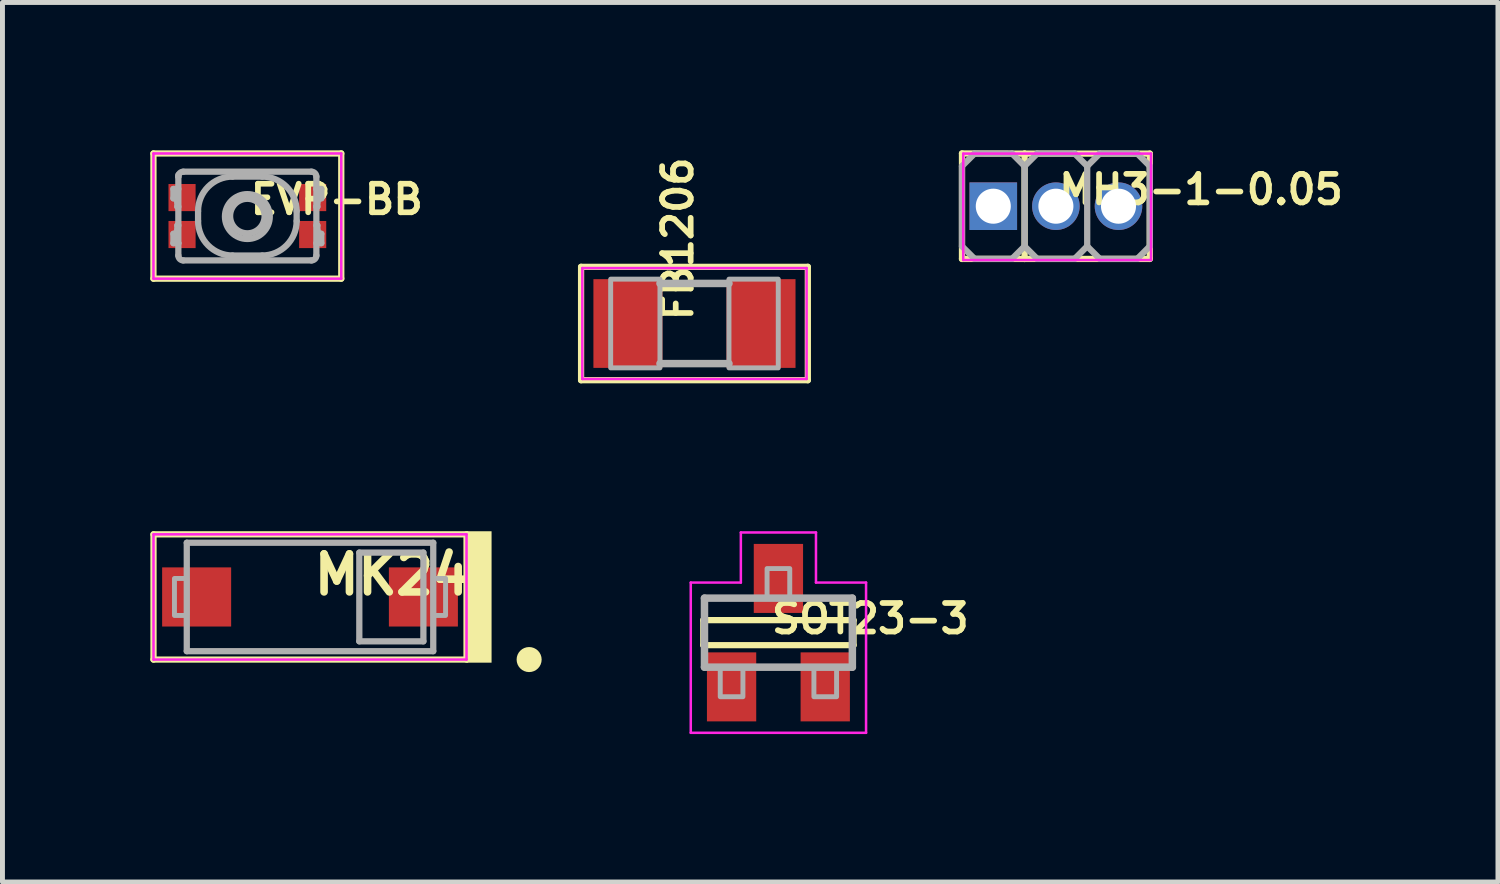
<source format=kicad_pcb>
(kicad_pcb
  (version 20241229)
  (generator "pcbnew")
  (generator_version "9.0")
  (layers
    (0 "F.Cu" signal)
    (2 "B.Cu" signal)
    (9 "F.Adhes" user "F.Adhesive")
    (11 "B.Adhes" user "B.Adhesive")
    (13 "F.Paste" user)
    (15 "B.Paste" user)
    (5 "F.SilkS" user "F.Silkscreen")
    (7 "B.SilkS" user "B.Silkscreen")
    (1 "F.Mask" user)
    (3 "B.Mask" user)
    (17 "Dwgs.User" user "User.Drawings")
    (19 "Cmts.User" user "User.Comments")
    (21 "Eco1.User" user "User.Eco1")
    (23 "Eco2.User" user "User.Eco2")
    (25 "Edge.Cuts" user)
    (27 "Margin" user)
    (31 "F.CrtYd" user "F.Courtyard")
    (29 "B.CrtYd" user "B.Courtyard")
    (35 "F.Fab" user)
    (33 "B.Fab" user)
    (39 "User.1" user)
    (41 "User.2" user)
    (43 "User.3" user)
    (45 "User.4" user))
  (footprint "FB1206"
    (layer "F.Cu")
    (at 11.038 3.513)
    (property "Reference" "FB1206" (at 0 0 270) (layer "F.SilkS") (effects (font (size 0.579 0.579) (thickness 0.116)) (justify left bottom)))
    (attr through_hole)
    (fp_line (start -2.3 -1.15) (end -2.3 1.15) (stroke (width 0.127) (type solid)) (layer "F.SilkS"))
    (fp_line (start -2.3 1.15) (end 2.3 1.15) (stroke (width 0.127) (type solid)) (layer "F.SilkS"))
    (fp_line (start 2.3 -1.15) (end -2.3 -1.15) (stroke (width 0.127) (type solid)) (layer "F.SilkS"))
    (fp_line (start 2.3 1.15) (end 2.3 -1.15) (stroke (width 0.127) (type solid)) (layer "F.SilkS"))
    (fp_line (start -2.275 -1.125) (end -2.275 1.125) (stroke (width 0.051) (type solid)) (layer "F.CrtYd"))
    (fp_line (start -2.275 1.125) (end 2.275 1.125) (stroke (width 0.051) (type solid)) (layer "F.CrtYd"))
    (fp_line (start 2.275 -1.125) (end -2.275 -1.125) (stroke (width 0.051) (type solid)) (layer "F.CrtYd"))
    (fp_line (start 2.275 1.125) (end 2.275 -1.125) (stroke (width 0.051) (type solid)) (layer "F.CrtYd"))
    (fp_line (start 0.7 -0.813) (end -0.7 -0.813) (stroke (width 0.152) (type solid)) (layer "F.Fab"))
    (fp_line (start 0.7 0.813) (end -0.7 0.813) (stroke (width 0.152) (type solid)) (layer "F.Fab"))
    (fp_poly (pts (xy -1.7 0.9) (xy -0.7 0.9) (xy -0.7 -0.9) (xy -1.7 -0.9)) (stroke (width 0.1) (type solid)) (fill no) (layer "F.Fab"))
    (fp_poly (pts (xy 0.7 0.9) (xy 1.7 0.9) (xy 1.7 -0.9) (xy 0.7 -0.9)) (stroke (width 0.1) (type solid)) (fill no) (layer "F.Fab"))
    (pad "1" smd rect (at -1.35 0) (size 1.4 1.8) (layers "F.Cu" "F.Mask" "F.Paste"))
    (pad "2" smd rect (at 1.35 0) (size 1.4 1.8) (layers "F.Cu" "F.Mask" "F.Paste")))
  (footprint "MK24"
    (layer "F.Cu")
    (at 3.239 9.06)
    (property "Reference" "MK24" (at 0 0 0) (layer "F.SilkS") (effects (font (size 0.772 0.772) (thickness 0.154)) (justify left bottom)))
    (attr through_hole)
    (fp_line (start -3.175 -1.27) (end 3.175 -1.27) (stroke (width 0.127) (type solid)) (layer "F.SilkS"))
    (fp_line (start -3.175 1.27) (end -3.175 -1.27) (stroke (width 0.127) (type solid)) (layer "F.SilkS"))
    (fp_line (start 3.175 -1.27) (end 3.175 1.27) (stroke (width 0.127) (type solid)) (layer "F.SilkS"))
    (fp_line (start 3.175 1.27) (end -3.175 1.27) (stroke (width 0.127) (type solid)) (layer "F.SilkS"))
    (fp_circle (center 4.445 1.27) (end 4.572 1.27) (stroke (width 0.254) (type solid)) (fill no) (layer "F.SilkS"))
    (fp_poly (pts (xy 3.175 1.333) (xy 3.683 1.333) (xy 3.683 -1.333) (xy 3.175 -1.333)) (stroke (width 0) (type solid)) (fill yes) (layer "F.SilkS"))
    (fp_line (start -3.175 -1.27) (end 3.175 -1.27) (stroke (width 0.051) (type solid)) (layer "F.CrtYd"))
    (fp_line (start -3.175 1.27) (end -3.175 -1.27) (stroke (width 0.051) (type solid)) (layer "F.CrtYd"))
    (fp_line (start 3.175 -1.27) (end 3.175 1.27) (stroke (width 0.051) (type solid)) (layer "F.CrtYd"))
    (fp_line (start 3.175 1.27) (end -3.175 1.27) (stroke (width 0.051) (type solid)) (layer "F.CrtYd"))
    (fp_line (start -2.5 -1.1) (end 2.5 -1.1) (stroke (width 0.127) (type solid)) (layer "F.Fab"))
    (fp_line (start -2.5 1.1) (end -2.5 -1.1) (stroke (width 0.127) (type solid)) (layer "F.Fab"))
    (fp_line (start 1 -0.9) (end 1 0.9) (stroke (width 0.127) (type solid)) (layer "F.Fab"))
    (fp_line (start 1 0.9) (end 2.3 0.9) (stroke (width 0.127) (type solid)) (layer "F.Fab"))
    (fp_line (start 2.3 -0.9) (end 1 -0.9) (stroke (width 0.127) (type solid)) (layer "F.Fab"))
    (fp_line (start 2.3 0.9) (end 2.3 -0.9) (stroke (width 0.127) (type solid)) (layer "F.Fab"))
    (fp_line (start 2.5 -1.1) (end 2.5 1.1) (stroke (width 0.127) (type solid)) (layer "F.Fab"))
    (fp_line (start 2.5 1.1) (end -2.5 1.1) (stroke (width 0.127) (type solid)) (layer "F.Fab"))
    (fp_poly (pts (xy -2.75 0.375) (xy -2.5 0.375) (xy -2.5 -0.375) (xy -2.75 -0.375)) (stroke (width 0.1) (type solid)) (fill no) (layer "F.Fab"))
    (fp_poly (pts (xy 2.5 0.375) (xy 2.75 0.375) (xy 2.75 -0.375) (xy 2.5 -0.375)) (stroke (width 0.1) (type solid)) (fill no) (layer "F.Fab"))
    (pad "1" smd rect (at -2.3 0 90) (size 1.2 1.4) (layers "F.Cu" "F.Mask" "F.Paste"))
    (pad "2" smd rect (at 2.3 0 90) (size 1.2 1.4) (layers "F.Cu" "F.Mask" "F.Paste")))
  (footprint "SOT23-3"
    (layer "F.Cu")
    (at 12.741 9.784)
    (property "Reference" "SOT23-3" (at -0.198 0.054 180) (layer "F.SilkS") (effects (font (size 0.579 0.579) (thickness 0.116)) (justify left bottom)))
    (attr through_hole)
    (fp_line (start -1.524 -0.254) (end 1.524 -0.254) (stroke (width 0.127) (type solid)) (layer "F.SilkS"))
    (fp_line (start -1.524 0.254) (end -1.524 -0.254) (stroke (width 0.127) (type solid)) (layer "F.SilkS"))
    (fp_line (start 1.524 -0.254) (end 1.524 0.254) (stroke (width 0.127) (type solid)) (layer "F.SilkS"))
    (fp_line (start 1.524 0.254) (end -1.524 0.254) (stroke (width 0.127) (type solid)) (layer "F.SilkS"))
    (fp_line (start -1.778 -1.016) (end -0.762 -1.016) (stroke (width 0.051) (type solid)) (layer "F.CrtYd"))
    (fp_line (start -1.778 2.032) (end -1.778 -1.016) (stroke (width 0.051) (type solid)) (layer "F.CrtYd"))
    (fp_line (start -0.762 -2.032) (end 0.762 -2.032) (stroke (width 0.051) (type solid)) (layer "F.CrtYd"))
    (fp_line (start -0.762 -1.016) (end -0.762 -2.032) (stroke (width 0.051) (type solid)) (layer "F.CrtYd"))
    (fp_line (start 0.762 -2.032) (end 0.762 -1.016) (stroke (width 0.051) (type solid)) (layer "F.CrtYd"))
    (fp_line (start 0.762 -1.016) (end 1.778 -1.016) (stroke (width 0.051) (type solid)) (layer "F.CrtYd"))
    (fp_line (start 1.778 -1.016) (end 1.778 2.032) (stroke (width 0.051) (type solid)) (layer "F.CrtYd"))
    (fp_line (start 1.778 2.032) (end -1.778 2.032) (stroke (width 0.051) (type solid)) (layer "F.CrtYd"))
    (fp_line (start -1.5 -0.7) (end 1.5 -0.7) (stroke (width 0.152) (type solid)) (layer "F.Fab"))
    (fp_line (start -1.5 0.7) (end -1.5 -0.7) (stroke (width 0.152) (type solid)) (layer "F.Fab"))
    (fp_line (start 1.5 -0.7) (end 1.5 0.7) (stroke (width 0.152) (type solid)) (layer "F.Fab"))
    (fp_line (start 1.5 0.7) (end -1.5 0.7) (stroke (width 0.152) (type solid)) (layer "F.Fab"))
    (fp_poly (pts (xy -1.18 1.3) (xy -0.72 1.3) (xy -0.72 0.7) (xy -1.18 0.7)) (stroke (width 0.1) (type solid)) (fill no) (layer "F.Fab"))
    (fp_poly (pts (xy -0.23 -0.7) (xy 0.23 -0.7) (xy 0.23 -1.3) (xy -0.23 -1.3)) (stroke (width 0.1) (type solid)) (fill no) (layer "F.Fab"))
    (fp_poly (pts (xy 0.72 1.3) (xy 1.18 1.3) (xy 1.18 0.7) (xy 0.72 0.7)) (stroke (width 0.1) (type solid)) (fill no) (layer "F.Fab"))
    (pad "1" smd rect (at -0.95 1.1) (size 1 1.4) (layers "F.Cu" "F.Mask" "F.Paste"))
    (pad "2" smd rect (at 0.95 1.1) (size 1 1.4) (layers "F.Cu" "F.Mask" "F.Paste"))
    (pad "3" smd rect (at 0 -1.1) (size 1 1.4) (layers "F.Cu" "F.Mask" "F.Paste")))
  (footprint "MH3-1-0.05"
    (layer "F.Cu")
    (at 18.37 1.133)
    (property "Reference" "MH3-1-0.05" (at 0 0 0) (layer "F.SilkS") (effects (font (size 0.579 0.579) (thickness 0.116)) (justify left bottom)))
    (attr through_hole)
    (fp_line (start -1.905 -1.07) (end -0.635 -1.067) (stroke (width 0.127) (type solid)) (layer "F.SilkS"))
    (fp_line (start -1.905 1.07) (end -1.905 -1.07) (stroke (width 0.127) (type solid)) (layer "F.SilkS"))
    (fp_line (start -0.635 -1.067) (end -0.635 1.07) (stroke (width 0.127) (type solid)) (layer "F.SilkS"))
    (fp_line (start -0.635 -1.067) (end 1.905 -1.067) (stroke (width 0.127) (type solid)) (layer "F.SilkS"))
    (fp_line (start -0.635 1.07) (end -1.905 1.07) (stroke (width 0.127) (type solid)) (layer "F.SilkS"))
    (fp_line (start 1.905 -1.067) (end 1.905 1.07) (stroke (width 0.127) (type solid)) (layer "F.SilkS"))
    (fp_line (start 1.905 1.07) (end -0.635 1.07) (stroke (width 0.127) (type solid)) (layer "F.SilkS"))
    (fp_line (start -1.88 -1.067) (end 1.93 -1.067) (stroke (width 0.051) (type solid)) (layer "F.CrtYd"))
    (fp_line (start -1.88 1.092) (end -1.88 -1.067) (stroke (width 0.051) (type solid)) (layer "F.CrtYd"))
    (fp_line (start 1.93 -1.067) (end 1.93 1.092) (stroke (width 0.051) (type solid)) (layer "F.CrtYd"))
    (fp_line (start 1.93 1.092) (end -1.88 1.092) (stroke (width 0.051) (type solid)) (layer "F.CrtYd"))
    (fp_line (start -1.905 -0.813) (end -1.905 0.813) (stroke (width 0.127) (type solid)) (layer "F.Fab"))
    (fp_line (start -1.905 0.813) (end -1.651 1.067) (stroke (width 0.127) (type solid)) (layer "F.Fab"))
    (fp_line (start -1.651 -1.067) (end -1.905 -0.813) (stroke (width 0.127) (type solid)) (layer "F.Fab"))
    (fp_line (start -1.651 -1.067) (end -0.889 -1.067) (stroke (width 0.127) (type solid)) (layer "F.Fab"))
    (fp_line (start -0.889 -1.067) (end -0.635 -0.813) (stroke (width 0.127) (type solid)) (layer "F.Fab"))
    (fp_line (start -0.889 1.067) (end -1.651 1.067) (stroke (width 0.127) (type solid)) (layer "F.Fab"))
    (fp_line (start -0.635 -0.813) (end -0.635 0.813) (stroke (width 0.127) (type solid)) (layer "F.Fab"))
    (fp_line (start -0.635 -0.813) (end -0.381 -1.067) (stroke (width 0.127) (type solid)) (layer "F.Fab"))
    (fp_line (start -0.635 0.813) (end -0.889 1.067) (stroke (width 0.127) (type solid)) (layer "F.Fab"))
    (fp_line (start -0.381 -1.067) (end 0.381 -1.067) (stroke (width 0.127) (type solid)) (layer "F.Fab"))
    (fp_line (start -0.381 1.067) (end -0.635 0.813) (stroke (width 0.127) (type solid)) (layer "F.Fab"))
    (fp_line (start 0.381 -1.067) (end 0.635 -0.813) (stroke (width 0.127) (type solid)) (layer "F.Fab"))
    (fp_line (start 0.381 1.067) (end -0.381 1.067) (stroke (width 0.127) (type solid)) (layer "F.Fab"))
    (fp_line (start 0.635 -0.813) (end 0.635 0.813) (stroke (width 0.127) (type solid)) (layer "F.Fab"))
    (fp_line (start 0.635 0.813) (end 0.381 1.067) (stroke (width 0.127) (type solid)) (layer "F.Fab"))
    (fp_line (start 0.635 0.813) (end 0.889 1.067) (stroke (width 0.127) (type solid)) (layer "F.Fab"))
    (fp_line (start 0.889 -1.067) (end 0.635 -0.813) (stroke (width 0.127) (type solid)) (layer "F.Fab"))
    (fp_line (start 0.889 -1.067) (end 1.651 -1.067) (stroke (width 0.127) (type solid)) (layer "F.Fab"))
    (fp_line (start 1.651 -1.067) (end 1.905 -0.813) (stroke (width 0.127) (type solid)) (layer "F.Fab"))
    (fp_line (start 1.651 1.067) (end 0.889 1.067) (stroke (width 0.127) (type solid)) (layer "F.Fab"))
    (fp_line (start 1.905 -0.813) (end 1.905 0.813) (stroke (width 0.127) (type solid)) (layer "F.Fab"))
    (fp_line (start 1.905 0.813) (end 1.651 1.067) (stroke (width 0.127) (type solid)) (layer "F.Fab"))
    (fp_poly (pts (xy -1.473 0.203) (xy -1.067 0.203) (xy -1.067 -0.203) (xy -1.473 -0.203)) (stroke (width 0.1) (type solid)) (fill no) (layer "F.Fab"))
    (fp_poly (pts (xy -1.473 0.203) (xy -1.067 0.203) (xy -1.067 -0.203) (xy -1.473 -0.203)) (stroke (width 0.1) (type solid)) (fill no) (layer "F.Fab"))
    (fp_poly (pts (xy -1.473 0.203) (xy -1.067 0.203) (xy -1.067 -0.203) (xy -1.473 -0.203)) (stroke (width 0.1) (type solid)) (fill no) (layer "F.Fab"))
    (fp_poly (pts (xy -0.203 0.203) (xy 0.203 0.203) (xy 0.203 -0.203) (xy -0.203 -0.203)) (stroke (width 0.1) (type solid)) (fill no) (layer "F.Fab"))
    (fp_poly (pts (xy -0.203 0.203) (xy 0.203 0.203) (xy 0.203 -0.203) (xy -0.203 -0.203)) (stroke (width 0.1) (type solid)) (fill no) (layer "F.Fab"))
    (fp_poly (pts (xy -0.203 0.203) (xy 0.203 0.203) (xy 0.203 -0.203) (xy -0.203 -0.203)) (stroke (width 0.1) (type solid)) (fill no) (layer "F.Fab"))
    (fp_poly (pts (xy 1.067 0.203) (xy 1.473 0.203) (xy 1.473 -0.203) (xy 1.067 -0.203)) (stroke (width 0.1) (type solid)) (fill no) (layer "F.Fab"))
    (fp_poly (pts (xy 1.067 0.203) (xy 1.473 0.203) (xy 1.473 -0.203) (xy 1.067 -0.203)) (stroke (width 0.1) (type solid)) (fill no) (layer "F.Fab"))
    (fp_poly (pts (xy 1.067 0.203) (xy 1.473 0.203) (xy 1.473 -0.203) (xy 1.067 -0.203)) (stroke (width 0.1) (type solid)) (fill no) (layer "F.Fab"))
    (pad "1" thru_hole rect (at -1.27 0 90) (size 0.965 0.965) (drill 0.711) (layers "*.Cu" "*.Mask"))
    (pad "2" thru_hole circle (at 0 0 90) (size 0.965 0.965) (drill 0.711) (layers "*.Cu" "*.Mask"))
    (pad "3" thru_hole circle (at 1.27 0 90) (size 0.965 0.965) (drill 0.711) (layers "*.Cu" "*.Mask")))
  (footprint "EVP-BB"
    (layer "F.Cu")
    (at 1.968 1.333)
    (property "Reference" "EVP-BB" (at 0 0 0) (layer "F.SilkS") (effects (font (size 0.579 0.579) (thickness 0.116)) (justify left bottom)))
    (attr through_hole)
    (fp_line (start -1.905 -1.27) (end 1.905 -1.27) (stroke (width 0.127) (type solid)) (layer "F.SilkS"))
    (fp_line (start -1.905 1.27) (end -1.905 -1.27) (stroke (width 0.127) (type solid)) (layer "F.SilkS"))
    (fp_line (start 1.905 -1.27) (end 1.905 1.27) (stroke (width 0.127) (type solid)) (layer "F.SilkS"))
    (fp_line (start 1.905 1.27) (end -1.905 1.27) (stroke (width 0.127) (type solid)) (layer "F.SilkS"))
    (fp_line (start -1.905 -1.27) (end 1.905 -1.27) (stroke (width 0.051) (type solid)) (layer "F.CrtYd"))
    (fp_line (start -1.905 1.27) (end -1.905 -1.27) (stroke (width 0.051) (type solid)) (layer "F.CrtYd"))
    (fp_line (start 1.905 -1.27) (end 1.905 1.27) (stroke (width 0.051) (type solid)) (layer "F.CrtYd"))
    (fp_line (start 1.905 1.27) (end -1.905 1.27) (stroke (width 0.051) (type solid)) (layer "F.CrtYd"))
    (fp_line (start -1.5 -0.55) (end -1.5 -0.36) (stroke (width 0.127) (type solid)) (layer "F.Fab"))
    (fp_line (start -1.5 0.55) (end -1.5 0.36) (stroke (width 0.127) (type solid)) (layer "F.Fab"))
    (fp_line (start -1.42 -0.28) (end -1.42 -0.19) (stroke (width 0.127) (type solid)) (layer "F.Fab"))
    (fp_line (start -1.42 -0.19) (end -1.4 -0.19) (stroke (width 0.127) (type solid)) (layer "F.Fab"))
    (fp_line (start -1.42 0.19) (end -1.4 0.19) (stroke (width 0.127) (type solid)) (layer "F.Fab"))
    (fp_line (start -1.42 0.28) (end -1.42 0.19) (stroke (width 0.127) (type solid)) (layer "F.Fab"))
    (fp_line (start -1.4 -0.835) (end -1.4 -0.8) (stroke (width 0.127) (type solid)) (layer "F.Fab"))
    (fp_line (start -1.4 -0.8) (end -1.4 0.55) (stroke (width 0.127) (type solid)) (layer "F.Fab"))
    (fp_line (start -1.4 -0.55) (end -1.5 -0.55) (stroke (width 0.127) (type solid)) (layer "F.Fab"))
    (fp_line (start -1.4 0.55) (end -1.5 0.55) (stroke (width 0.127) (type solid)) (layer "F.Fab"))
    (fp_line (start -1.4 0.55) (end -1.4 0.8) (stroke (width 0.127) (type solid)) (layer "F.Fab"))
    (fp_line (start -1.3 0.9) (end 1.3 0.9) (stroke (width 0.127) (type solid)) (layer "F.Fab"))
    (fp_line (start -1 0.1) (end -1 -0.1) (stroke (width 0.127) (type solid)) (layer "F.Fab"))
    (fp_line (start -0.3 -0.8) (end 0.3 -0.8) (stroke (width 0.127) (type solid)) (layer "F.Fab"))
    (fp_line (start 0.3 0.8) (end -0.3 0.8) (stroke (width 0.127) (type solid)) (layer "F.Fab"))
    (fp_line (start 1 -0.1) (end 1 0.1) (stroke (width 0.127) (type solid)) (layer "F.Fab"))
    (fp_line (start 1.3 -0.9) (end -1.3 -0.9) (stroke (width 0.127) (type solid)) (layer "F.Fab"))
    (fp_line (start 1.4 -0.55) (end 1.4 -0.8) (stroke (width 0.127) (type solid)) (layer "F.Fab"))
    (fp_line (start 1.4 -0.55) (end 1.5 -0.55) (stroke (width 0.127) (type solid)) (layer "F.Fab"))
    (fp_line (start 1.4 -0.19) (end 1.4 -0.55) (stroke (width 0.127) (type solid)) (layer "F.Fab"))
    (fp_line (start 1.4 0.55) (end 1.5 0.55) (stroke (width 0.127) (type solid)) (layer "F.Fab"))
    (fp_line (start 1.4 0.8) (end 1.4 -0.19) (stroke (width 0.127) (type solid)) (layer "F.Fab"))
    (fp_line (start 1.42 -0.28) (end 1.42 -0.19) (stroke (width 0.127) (type solid)) (layer "F.Fab"))
    (fp_line (start 1.42 -0.19) (end 1.4 -0.19) (stroke (width 0.127) (type solid)) (layer "F.Fab"))
    (fp_line (start 1.42 0.19) (end 1.4 0.19) (stroke (width 0.127) (type solid)) (layer "F.Fab"))
    (fp_line (start 1.42 0.28) (end 1.42 0.19) (stroke (width 0.127) (type solid)) (layer "F.Fab"))
    (fp_line (start 1.5 -0.55) (end 1.5 -0.36) (stroke (width 0.127) (type solid)) (layer "F.Fab"))
    (fp_line (start 1.5 0.55) (end 1.5 0.36) (stroke (width 0.127) (type solid)) (layer "F.Fab"))
    (fp_arc (start -1.5 -0.36) (mid -1.443431 -0.336569) (end -1.42 -0.28) (stroke (width 0.127) (type solid)) (layer "F.Fab"))
    (fp_arc (start -1.42 0.28) (mid -1.443431 0.336569) (end -1.5 0.36) (stroke (width 0.127) (type solid)) (layer "F.Fab"))
    (fp_arc (start -1.4 -0.8) (mid -1.370711 -0.870711) (end -1.3 -0.9) (stroke (width 0.127) (type solid)) (layer "F.Fab"))
    (fp_arc (start -1.3 0.9) (mid -1.370711 0.870711) (end -1.4 0.8) (stroke (width 0.127) (type solid)) (layer "F.Fab"))
    (fp_arc (start -1 -0.1) (mid -0.794974 -0.594975) (end -0.299998 -0.8) (stroke (width 0.127) (type solid)) (layer "F.Fab"))
    (fp_arc (start -0.3 0.8) (mid -0.794975 0.594974) (end -1 0.099998) (stroke (width 0.127) (type solid)) (layer "F.Fab"))
    (fp_arc (start 0.3 -0.8) (mid 0.794975 -0.594974) (end 1 -0.099998) (stroke (width 0.127) (type solid)) (layer "F.Fab"))
    (fp_arc (start 1 0.1) (mid 0.794974 0.594975) (end 0.299998 0.8) (stroke (width 0.127) (type solid)) (layer "F.Fab"))
    (fp_arc (start 1.3 -0.9) (mid 1.370711 -0.870711) (end 1.4 -0.8) (stroke (width 0.127) (type solid)) (layer "F.Fab"))
    (fp_arc (start 1.4 0.8) (mid 1.370711 0.870711) (end 1.3 0.9) (stroke (width 0.127) (type solid)) (layer "F.Fab"))
    (fp_arc (start 1.42 -0.28) (mid 1.443431 -0.336569) (end 1.5 -0.36) (stroke (width 0.127) (type solid)) (layer "F.Fab"))
    (fp_arc (start 1.5 0.36) (mid 1.443431 0.336569) (end 1.42 0.28) (stroke (width 0.127) (type solid)) (layer "F.Fab"))
    (fp_circle (center 0 0) (end 0.35 0) (stroke (width 0.127) (type solid)) (fill no) (layer "F.Fab"))
    (fp_circle (center 0 0.01) (end 0.455 0.01) (stroke (width 0.127) (type solid)) (fill no) (layer "F.Fab"))
    (pad "A" smd rect (at -1.325 -0.375) (size 0.55 0.55) (layers "F.Cu" "F.Mask" "F.Paste"))
    (pad "A'" smd rect (at -1.325 0.375) (size 0.55 0.55) (layers "F.Cu" "F.Mask" "F.Paste"))
    (pad "B" smd rect (at 1.325 -0.375) (size 0.55 0.55) (layers "F.Cu" "F.Mask" "F.Paste"))
    (pad "B'" smd rect (at 1.325 0.375) (size 0.55 0.55) (layers "F.Cu" "F.Mask" "F.Paste")))
  (gr_rect
    (start -3 -3)
    (end 27.338 14.842)
    (stroke (width 0.1) (type default))
    (fill no)
    (layer "Edge.Cuts")))
</source>
